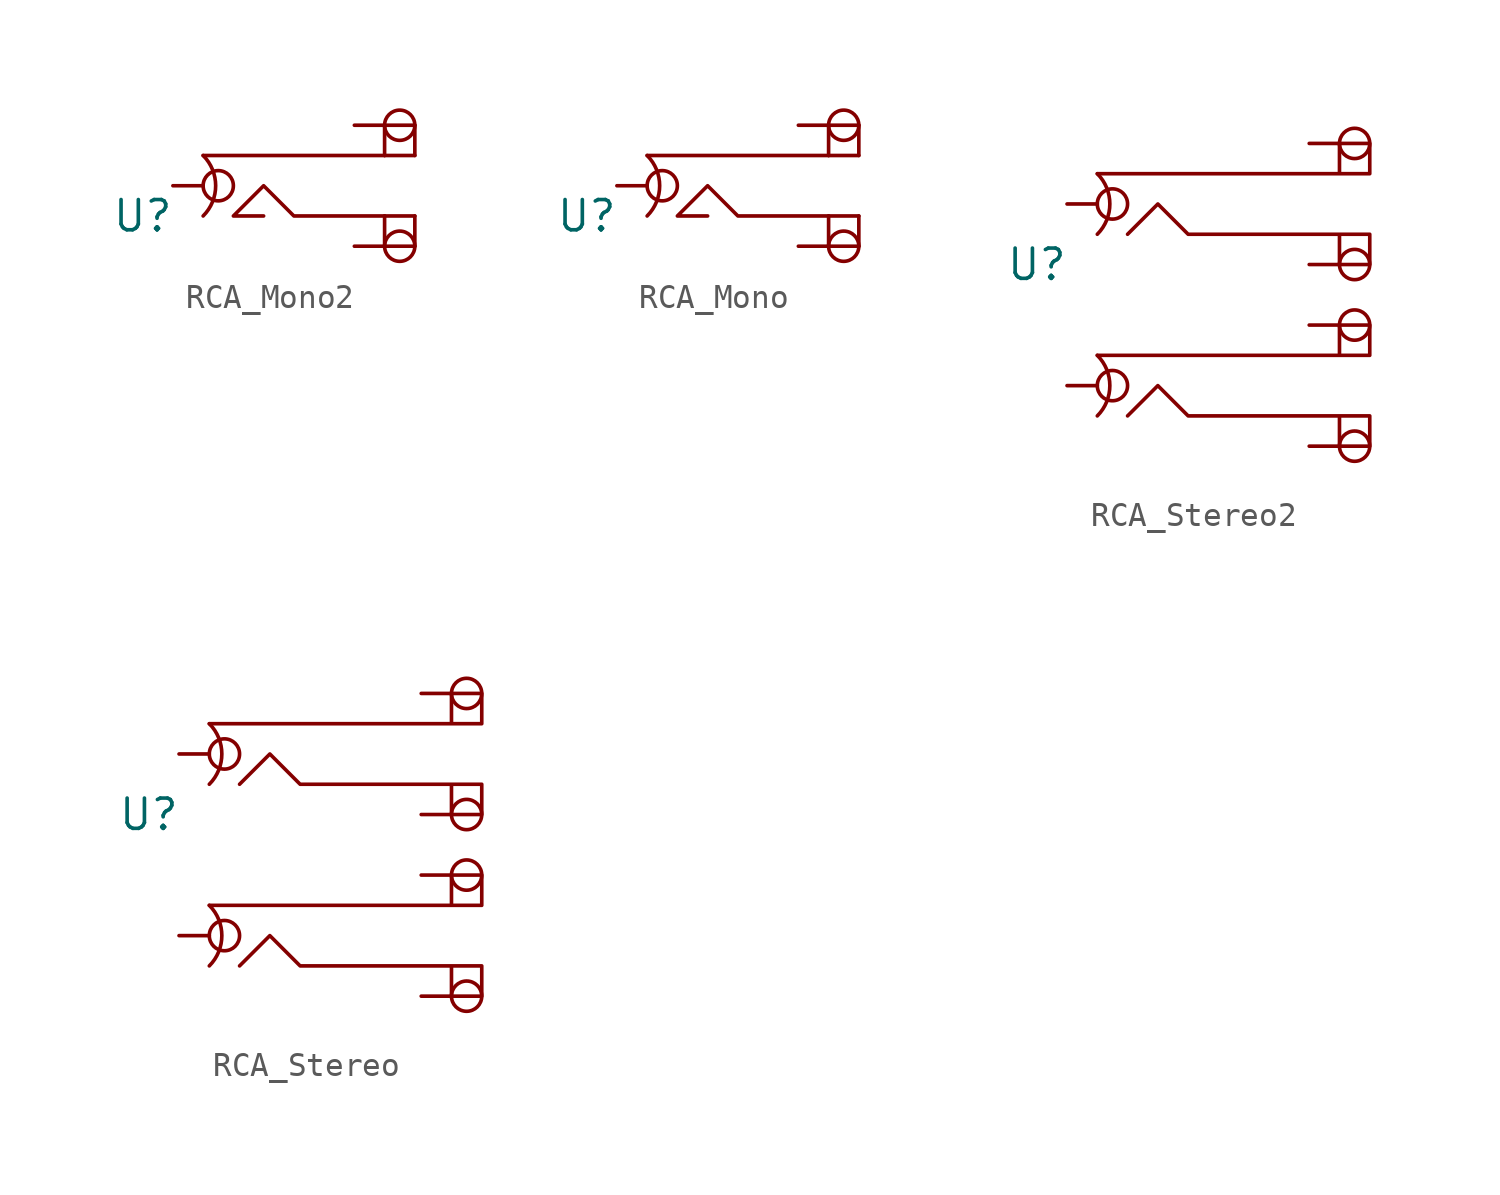
<source format=kicad_sym>
(kicad_symbol_lib
  (version 20220914)
  (generator kicad_symbol_editor)
  (symbol "RCA_Mono2"
    (property "Reference" "U"
      (at 0 0 0)
      (effects (font (size 1.27 1.27))))
    (property "Value" ""
      (at 1.27 1.27 0)
      (effects (font (size 1.27 1.27))))
    (symbol "RCA_Mono2_0_1"
      (polyline (pts (xy 2.54 2.54) (xy 10.16 2.54)) (stroke (width 0) (type default)) (fill (type none)))
      (polyline (pts (xy 10.16 0) (xy 6.35 0) (xy 5.08 1.27) (xy 3.81 0) (xy 5.08 0)) (stroke (width 0) (type default)) (fill (type none)))
      (arc (start 2.54 0) (mid 3.066 1.27) (end 2.54 2.54) (stroke (width 0) (type default)) (fill (type none)))
      (rectangle (start 10.16 -1.27) (end 11.43 -1.27) (stroke (width 0) (type default)) (fill (type none)))
      (rectangle (start 10.16 0) (end 10.16 -1.27) (stroke (width 0) (type default)) (fill (type none)))
      (rectangle (start 10.16 0) (end 11.43 0) (stroke (width 0) (type default)) (fill (type none)))
      (rectangle (start 10.16 2.54) (end 11.43 2.54) (stroke (width 0) (type default)) (fill (type none)))
      (rectangle (start 10.16 3.81) (end 10.16 2.54) (stroke (width 0) (type default)) (fill (type none)))
      (rectangle (start 10.16 3.81) (end 11.43 3.81) (stroke (width 0) (type default)) (fill (type none)))
      (rectangle (start 11.43 0) (end 11.43 -1.27) (stroke (width 0) (type default)) (fill (type none)))
      (rectangle (start 11.43 3.81) (end 11.43 2.54) (stroke (width 0) (type default)) (fill (type none))))
    (symbol "RCA_Mono2_1_1"
      (pin bidirectional inverted (at 1.27 1.27 0) (length 2.54) (name "" (effects (font (size 1.27 1.27)))) (number "" (effects (font (size 1.27 1.27)))))
      (pin bidirectional inverted (at 8.89 -1.27 0) (length 2.54) (name "" (effects (font (size 1.27 1.27)))) (number "" (effects (font (size 1.27 1.27)))))
      (pin bidirectional inverted (at 8.89 3.81 0) (length 2.54) (name "" (effects (font (size 1.27 1.27)))) (number "" (effects (font (size 1.27 1.27)))))))
  (symbol "RCA_Mono"
    (property "Reference" "U"
      (at 0 0 0)
      (effects (font (size 1.27 1.27))))
    (property "Value" ""
      (at 1.27 1.27 0)
      (effects (font (size 1.27 1.27))))
    (symbol "RCA_Mono_0_1"
      (polyline (pts (xy 2.54 2.54) (xy 10.16 2.54)) (stroke (width 0) (type default)) (fill (type none)))
      (polyline (pts (xy 10.16 0) (xy 6.35 0) (xy 5.08 1.27) (xy 3.81 0) (xy 5.08 0)) (stroke (width 0) (type default)) (fill (type none)))
      (arc (start 2.54 0) (mid 3.066 1.27) (end 2.54 2.54) (stroke (width 0) (type default)) (fill (type none)))
      (rectangle (start 10.16 -1.27) (end 11.43 -1.27) (stroke (width 0) (type default)) (fill (type none)))
      (rectangle (start 10.16 0) (end 10.16 -1.27) (stroke (width 0) (type default)) (fill (type none)))
      (rectangle (start 10.16 0) (end 11.43 0) (stroke (width 0) (type default)) (fill (type none)))
      (rectangle (start 10.16 2.54) (end 11.43 2.54) (stroke (width 0) (type default)) (fill (type none)))
      (rectangle (start 10.16 3.81) (end 10.16 2.54) (stroke (width 0) (type default)) (fill (type none)))
      (rectangle (start 10.16 3.81) (end 11.43 3.81) (stroke (width 0) (type default)) (fill (type none)))
      (rectangle (start 11.43 0) (end 11.43 -1.27) (stroke (width 0) (type default)) (fill (type none)))
      (rectangle (start 11.43 3.81) (end 11.43 2.54) (stroke (width 0) (type default)) (fill (type none))))
    (symbol "RCA_Mono_1_1"
      (pin bidirectional inverted (at 1.27 1.27 0) (length 2.54) (name "" (effects (font (size 1.27 1.27)))) (number "" (effects (font (size 1.27 1.27)))))
      (pin bidirectional inverted (at 8.89 -1.27 0) (length 2.54) (name "" (effects (font (size 1.27 1.27)))) (number "" (effects (font (size 1.27 1.27)))))
      (pin bidirectional inverted (at 8.89 3.81 0) (length 2.54) (name "" (effects (font (size 1.27 1.27)))) (number "" (effects (font (size 1.27 1.27)))))))
  (symbol "RCA_Stereo2"
    (property "Reference" "U"
      (at 0 0 0)
      (effects (font (size 1.27 1.27))))
    (property "Value" ""
      (at 0 0 0)
      (effects (font (size 1.27 1.27))))
    (symbol "RCA_Stereo2_0_1"
      (polyline (pts (xy 2.54 -3.81) (xy 13.97 -3.81) (xy 13.97 -2.54) (xy 12.7 -2.54) (xy 12.7 -3.81)) (stroke (width 0) (type default)) (fill (type none)))
      (polyline (pts (xy 2.54 3.81) (xy 13.97 3.81) (xy 13.97 5.08) (xy 12.7 5.08) (xy 12.7 3.81)) (stroke (width 0) (type default)) (fill (type none)))
      (polyline (pts (xy 3.81 -6.35) (xy 5.08 -5.08) (xy 6.35 -6.35) (xy 12.7 -6.35) (xy 12.7 -7.62) (xy 13.97 -7.62) (xy 13.97 -6.35) (xy 12.7 -6.35)) (stroke (width 0) (type default)) (fill (type none)))
      (polyline (pts (xy 3.81 1.27) (xy 5.08 2.54) (xy 6.35 1.27) (xy 12.7 1.27) (xy 12.7 0) (xy 13.97 0) (xy 13.97 1.27) (xy 12.7 1.27)) (stroke (width 0) (type default)) (fill (type none)))
      (arc (start 2.54 -6.35) (mid 3.0661 -5.08) (end 2.54 -3.81) (stroke (width 0) (type default)) (fill (type none)))
      (arc (start 2.54 1.27) (mid 3.066 2.54) (end 2.54 3.81) (stroke (width 0) (type default)) (fill (type none))))
    (symbol "RCA_Stereo2_1_1"
      (pin bidirectional inverted (at 1.27 -5.08 0) (length 2.54) (name "" (effects (font (size 1.27 1.27)))) (number "" (effects (font (size 1.27 1.27)))))
      (pin bidirectional inverted (at 1.27 2.54 0) (length 2.54) (name "" (effects (font (size 1.27 1.27)))) (number "" (effects (font (size 1.27 1.27)))))
      (pin bidirectional inverted (at 11.43 -7.62 0) (length 2.54) (name "" (effects (font (size 1.27 1.27)))) (number "" (effects (font (size 1.27 1.27)))))
      (pin bidirectional inverted (at 11.43 -2.54 0) (length 2.54) (name "" (effects (font (size 1.27 1.27)))) (number "" (effects (font (size 1.27 1.27)))))
      (pin bidirectional inverted (at 11.43 0 0) (length 2.54) (name "" (effects (font (size 1.27 1.27)))) (number "" (effects (font (size 1.27 1.27)))))
      (pin bidirectional inverted (at 11.43 5.08 0) (length 2.54) (name "" (effects (font (size 1.27 1.27)))) (number "" (effects (font (size 1.27 1.27)))))))
  (symbol "RCA_Stereo"
    (property "Reference" "U"
      (at 0 0 0)
      (effects (font (size 1.27 1.27))))
    (property "Value" ""
      (at 0 0 0)
      (effects (font (size 1.27 1.27))))
    (symbol "RCA_Stereo_0_1"
      (polyline (pts (xy 2.54 -3.81) (xy 13.97 -3.81) (xy 13.97 -2.54) (xy 12.7 -2.54) (xy 12.7 -3.81)) (stroke (width 0) (type default)) (fill (type none)))
      (polyline (pts (xy 2.54 3.81) (xy 13.97 3.81) (xy 13.97 5.08) (xy 12.7 5.08) (xy 12.7 3.81)) (stroke (width 0) (type default)) (fill (type none)))
      (polyline (pts (xy 3.81 -6.35) (xy 5.08 -5.08) (xy 6.35 -6.35) (xy 12.7 -6.35) (xy 12.7 -7.62) (xy 13.97 -7.62) (xy 13.97 -6.35) (xy 12.7 -6.35)) (stroke (width 0) (type default)) (fill (type none)))
      (polyline (pts (xy 3.81 1.27) (xy 5.08 2.54) (xy 6.35 1.27) (xy 12.7 1.27) (xy 12.7 0) (xy 13.97 0) (xy 13.97 1.27) (xy 12.7 1.27)) (stroke (width 0) (type default)) (fill (type none)))
      (arc (start 2.54 -6.35) (mid 3.0661 -5.08) (end 2.54 -3.81) (stroke (width 0) (type default)) (fill (type none)))
      (arc (start 2.54 1.27) (mid 3.066 2.54) (end 2.54 3.81) (stroke (width 0) (type default)) (fill (type none))))
    (symbol "RCA_Stereo_1_1"
      (pin bidirectional inverted (at 1.27 -5.08 0) (length 2.54) (name "" (effects (font (size 1.27 1.27)))) (number "" (effects (font (size 1.27 1.27)))))
      (pin bidirectional inverted (at 1.27 2.54 0) (length 2.54) (name "" (effects (font (size 1.27 1.27)))) (number "" (effects (font (size 1.27 1.27)))))
      (pin bidirectional inverted (at 11.43 -7.62 0) (length 2.54) (name "" (effects (font (size 1.27 1.27)))) (number "" (effects (font (size 1.27 1.27)))))
      (pin bidirectional inverted (at 11.43 -2.54 0) (length 2.54) (name "" (effects (font (size 1.27 1.27)))) (number "" (effects (font (size 1.27 1.27)))))
      (pin bidirectional inverted (at 11.43 0 0) (length 2.54) (name "" (effects (font (size 1.27 1.27)))) (number "" (effects (font (size 1.27 1.27)))))
      (pin bidirectional inverted (at 11.43 5.08 0) (length 2.54) (name "" (effects (font (size 1.27 1.27)))) (number "" (effects (font (size 1.27 1.27))))))))
</source>
